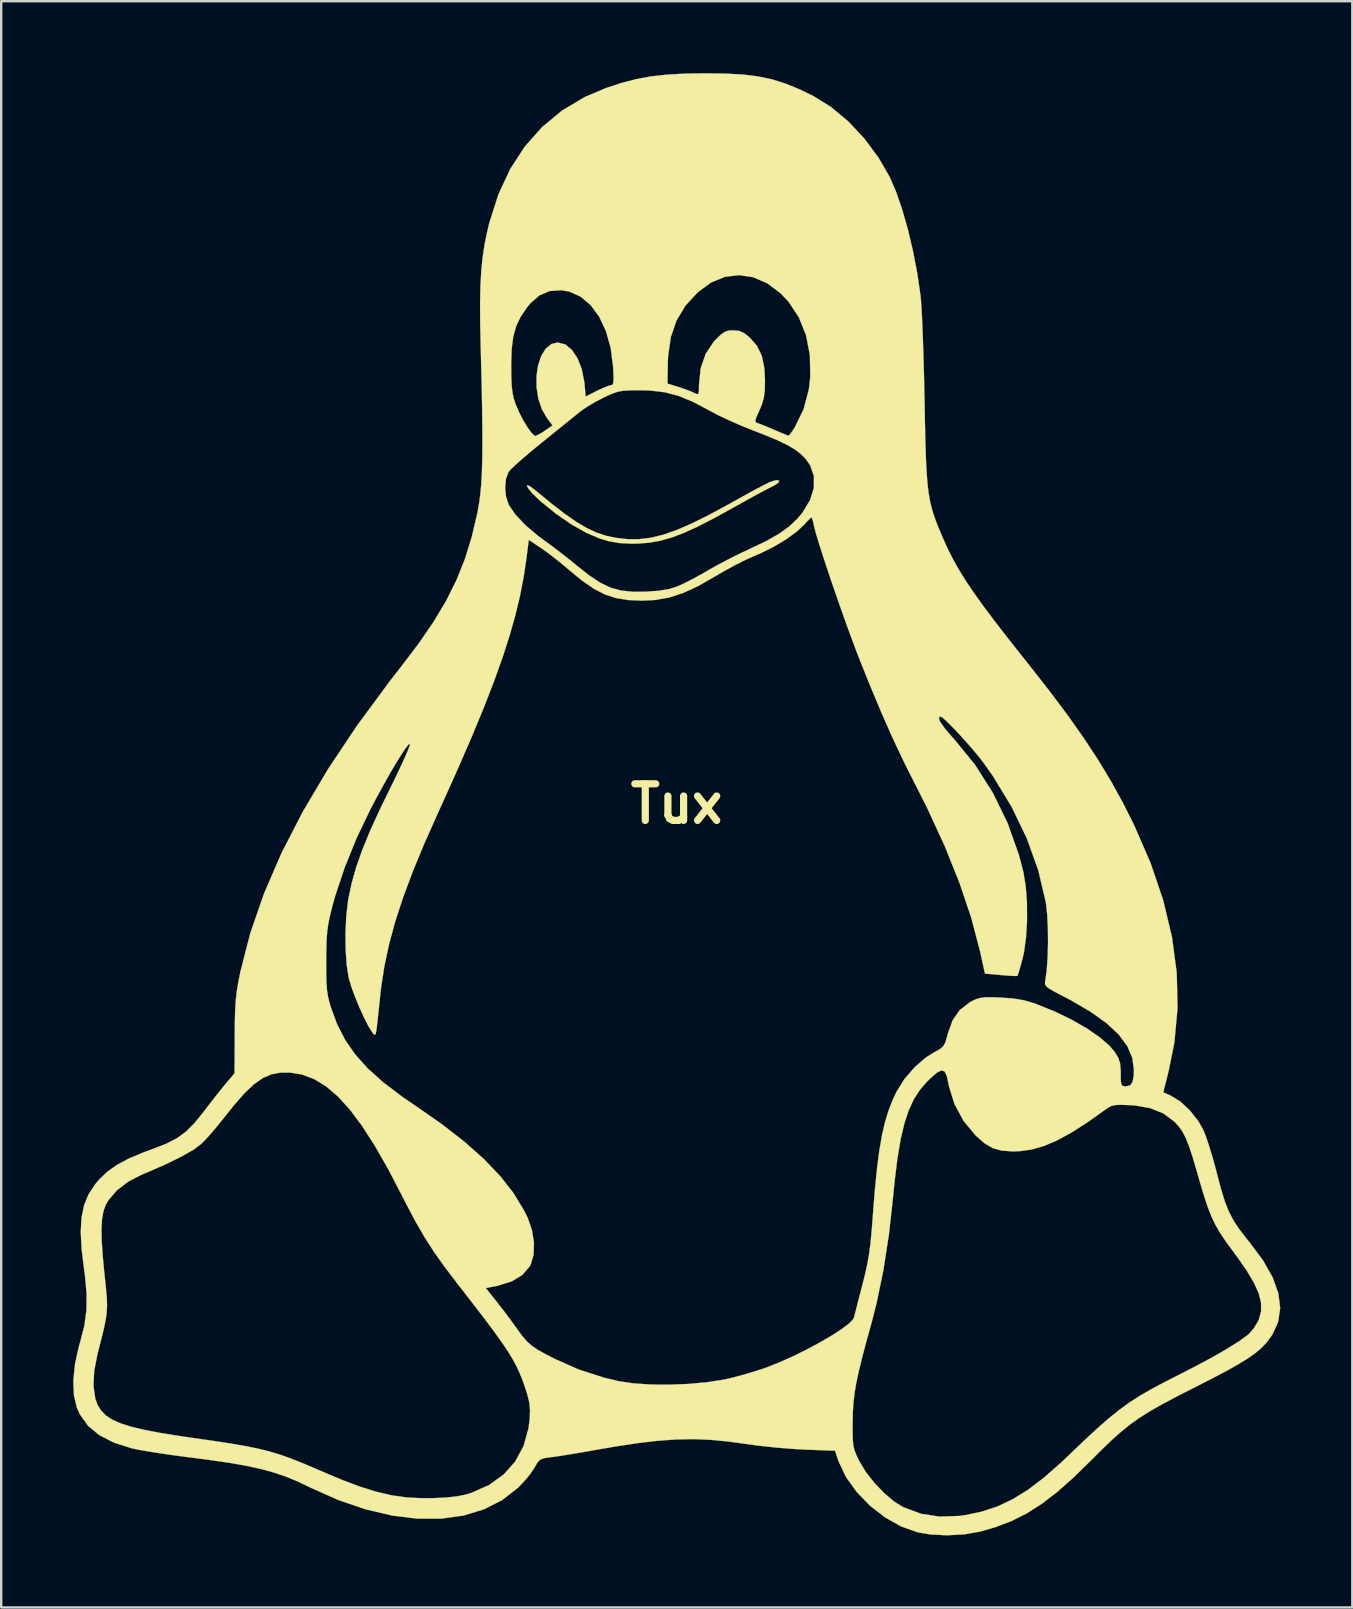
<source format=kicad_pcb>
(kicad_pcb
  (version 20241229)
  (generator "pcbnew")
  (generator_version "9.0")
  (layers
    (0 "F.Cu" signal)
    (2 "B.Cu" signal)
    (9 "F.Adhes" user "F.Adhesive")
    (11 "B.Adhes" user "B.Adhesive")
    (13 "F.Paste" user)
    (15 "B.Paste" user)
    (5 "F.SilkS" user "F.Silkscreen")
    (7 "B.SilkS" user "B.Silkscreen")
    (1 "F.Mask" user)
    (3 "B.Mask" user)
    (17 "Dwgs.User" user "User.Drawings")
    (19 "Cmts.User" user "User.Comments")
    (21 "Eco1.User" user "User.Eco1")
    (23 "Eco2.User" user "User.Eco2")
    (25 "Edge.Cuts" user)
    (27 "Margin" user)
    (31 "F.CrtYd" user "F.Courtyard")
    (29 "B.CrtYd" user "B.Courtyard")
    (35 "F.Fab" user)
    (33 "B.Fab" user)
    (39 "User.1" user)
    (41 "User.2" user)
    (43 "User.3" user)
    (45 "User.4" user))
  (footprint "Tux"
    (layer "F.Cu")
    (at 25.137 30.437)
    (property "Reference" "Tux" (at 0 0 0) (layer "F.SilkS") (effects (font (size 1.524 1.524) (thickness 0.3))))
    (attr through_hole)
    (fp_poly (pts (xy 4.27 -13.468) (xy 4.246 -13.386) (xy 4.07 -13.264) (xy 4.005 -13.233) (xy 3.827 -13.144) (xy 3.532 -12.988) (xy 3.152 -12.782) (xy 2.719 -12.542) (xy 2.34 -12.331) (xy 1.551 -11.897) (xy 0.877 -11.551) (xy 0.294 -11.285) (xy -0.224 -11.09) (xy -0.7 -10.957) (xy -1.159 -10.877) (xy -1.624 -10.843) (xy -1.859 -10.839) (xy -2.374 -10.863) (xy -2.822 -10.94) (xy -3.217 -11.058) (xy -3.778 -11.299) (xy -4.397 -11.652) (xy -5.034 -12.091) (xy -5.649 -12.591) (xy -5.757 -12.688) (xy -6.005 -12.93) (xy -6.166 -13.12) (xy -6.237 -13.24) (xy -6.212 -13.277) (xy -6.087 -13.215) (xy -5.866 -13.045) (xy -5.211 -12.507) (xy -4.652 -12.076) (xy -4.168 -11.74) (xy -3.737 -11.485) (xy -3.338 -11.3) (xy -2.947 -11.171) (xy -2.545 -11.084) (xy -2.534 -11.083) (xy -2.048 -11.027) (xy -1.57 -11.026) (xy -1.08 -11.085) (xy -0.56 -11.212) (xy 0.013 -11.412) (xy 0.656 -11.692) (xy 1.39 -12.058) (xy 2.236 -12.517) (xy 2.498 -12.664) (xy 2.914 -12.895) (xy 3.303 -13.107) (xy 3.631 -13.279) (xy 3.86 -13.393) (xy 3.911 -13.415) (xy 4.154 -13.487) (xy 4.27 -13.468)) (stroke (width 0.01) (type solid)) (fill yes) (layer "F.SilkS"))
    (fp_poly (pts (xy 2.015 -30.422) (xy 2.756 -30.382) (xy 3.402 -30.302) (xy 3.99 -30.177) (xy 4.557 -29.998) (xy 5.138 -29.757) (xy 5.698 -29.485) (xy 6.436 -29.026) (xy 7.152 -28.427) (xy 7.819 -27.715) (xy 8.41 -26.918) (xy 8.873 -26.117) (xy 9.137 -25.509) (xy 9.394 -24.768) (xy 9.634 -23.928) (xy 9.847 -23.025) (xy 10.026 -22.094) (xy 10.159 -21.172) (xy 10.165 -21.124) (xy 10.188 -20.852) (xy 10.213 -20.434) (xy 10.238 -19.894) (xy 10.262 -19.255) (xy 10.285 -18.543) (xy 10.306 -17.779) (xy 10.323 -16.989) (xy 10.327 -16.764) (xy 10.345 -15.817) (xy 10.364 -15.02) (xy 10.386 -14.352) (xy 10.415 -13.794) (xy 10.452 -13.324) (xy 10.501 -12.924) (xy 10.563 -12.574) (xy 10.643 -12.253) (xy 10.742 -11.941) (xy 10.863 -11.618) (xy 11.009 -11.265) (xy 11.086 -11.085) (xy 11.286 -10.641) (xy 11.504 -10.208) (xy 11.75 -9.768) (xy 12.037 -9.305) (xy 12.375 -8.801) (xy 12.776 -8.241) (xy 13.251 -7.607) (xy 13.812 -6.883) (xy 14.47 -6.051) (xy 14.629 -5.852) (xy 15.509 -4.731) (xy 16.281 -3.702) (xy 16.96 -2.741) (xy 17.562 -1.825) (xy 18.102 -0.93) (xy 18.597 -0.032) (xy 19.049 0.867) (xy 19.743 2.463) (xy 20.272 4.025) (xy 20.636 5.554) (xy 20.834 7.049) (xy 20.866 8.513) (xy 20.734 9.946) (xy 20.503 11.096) (xy 20.272 12.014) (xy 20.589 12.157) (xy 20.994 12.409) (xy 21.391 12.781) (xy 21.737 13.226) (xy 21.938 13.582) (xy 22.048 13.856) (xy 22.181 14.251) (xy 22.324 14.72) (xy 22.462 15.22) (xy 22.514 15.424) (xy 22.68 16.054) (xy 22.835 16.558) (xy 22.999 16.974) (xy 23.191 17.345) (xy 23.43 17.708) (xy 23.735 18.106) (xy 23.87 18.27) (xy 24.43 19.022) (xy 24.828 19.727) (xy 25.065 20.386) (xy 25.142 21.002) (xy 25.058 21.578) (xy 24.814 22.116) (xy 24.551 22.469) (xy 24.351 22.674) (xy 24.107 22.879) (xy 23.8 23.097) (xy 23.411 23.337) (xy 22.921 23.613) (xy 22.312 23.934) (xy 21.63 24.282) (xy 20.884 24.661) (xy 20.265 24.989) (xy 19.745 25.283) (xy 19.298 25.563) (xy 18.896 25.848) (xy 18.511 26.157) (xy 18.118 26.509) (xy 17.688 26.923) (xy 17.272 27.34) (xy 16.527 28.068) (xy 15.848 28.669) (xy 15.21 29.159) (xy 14.588 29.555) (xy 13.957 29.872) (xy 13.292 30.126) (xy 12.643 30.314) (xy 11.987 30.43) (xy 11.269 30.47) (xy 10.564 30.434) (xy 10.044 30.346) (xy 9.355 30.102) (xy 8.68 29.722) (xy 8.052 29.234) (xy 7.5 28.664) (xy 7.055 28.04) (xy 6.746 27.39) (xy 6.728 27.338) (xy 6.598 26.947) (xy 5.352 26.9) (xy 4.762 26.866) (xy 4.091 26.809) (xy 3.424 26.737) (xy 2.879 26.663) (xy 2.11 26.558) (xy 1.39 26.491) (xy 0.687 26.463) (xy -0.03 26.477) (xy -0.793 26.532) (xy -1.631 26.631) (xy -2.576 26.775) (xy -3.429 26.922) (xy -3.929 27.011) (xy -4.41 27.092) (xy -4.829 27.159) (xy -5.145 27.205) (xy -5.251 27.218) (xy -5.525 27.257) (xy -5.69 27.321) (xy -5.807 27.45) (xy -5.918 27.644) (xy -6.08 27.89) (xy -6.32 28.185) (xy -6.589 28.469) (xy -6.61 28.489) (xy -7.27 29.004) (xy -8.03 29.39) (xy -8.878 29.647) (xy -9.805 29.776) (xy -10.799 29.776) (xy -11.85 29.647) (xy -12.947 29.39) (xy -14.08 29.005) (xy -15.238 28.491) (xy -15.325 28.448) (xy -15.808 28.218) (xy -16.285 28.022) (xy -16.78 27.854) (xy -17.319 27.706) (xy -17.929 27.574) (xy -18.633 27.451) (xy -19.459 27.33) (xy -20.32 27.219) (xy -20.894 27.144) (xy -21.457 27.063) (xy -21.969 26.983) (xy -22.393 26.909) (xy -22.69 26.847) (xy -22.701 26.844) (xy -23.452 26.605) (xy -24.056 26.294) (xy -24.522 25.905) (xy -24.859 25.431) (xy -24.987 25.147) (xy -25.108 24.635) (xy -25.123 24.245) (xy -24.294 24.245) (xy -24.218 24.775) (xy -24.122 25.036) (xy -23.981 25.267) (xy -23.788 25.467) (xy -23.527 25.643) (xy -23.182 25.8) (xy -22.739 25.942) (xy -22.182 26.076) (xy -21.495 26.207) (xy -20.662 26.34) (xy -20.151 26.414) (xy -19.296 26.537) (xy -18.581 26.646) (xy -17.978 26.75) (xy -17.458 26.855) (xy -16.994 26.969) (xy -16.556 27.099) (xy -16.117 27.252) (xy -15.649 27.436) (xy -15.123 27.658) (xy -14.817 27.791) (xy -13.941 28.16) (xy -13.178 28.447) (xy -12.496 28.659) (xy -11.864 28.805) (xy -11.252 28.891) (xy -10.627 28.925) (xy -10.118 28.921) (xy -9.558 28.893) (xy -9.119 28.843) (xy -8.752 28.765) (xy -8.556 28.705) (xy -7.817 28.376) (xy -7.205 27.938) (xy -6.723 27.394) (xy -6.377 26.751) (xy -6.218 26.184) (xy 7.33 26.184) (xy 7.338 26.503) (xy 7.363 26.739) (xy 7.412 26.935) (xy 7.492 27.137) (xy 7.61 27.382) (xy 7.881 27.833) (xy 8.244 28.294) (xy 8.656 28.722) (xy 9.078 29.076) (xy 9.44 29.298) (xy 10.177 29.571) (xy 10.946 29.691) (xy 11.773 29.663) (xy 12.023 29.628) (xy 12.721 29.481) (xy 13.373 29.265) (xy 14.005 28.966) (xy 14.641 28.571) (xy 15.305 28.065) (xy 16.021 27.434) (xy 16.338 27.134) (xy 16.969 26.53) (xy 17.509 26.029) (xy 17.986 25.61) (xy 18.424 25.256) (xy 18.851 24.946) (xy 19.293 24.66) (xy 19.778 24.38) (xy 20.33 24.086) (xy 20.881 23.807) (xy 21.654 23.41) (xy 22.345 23.037) (xy 22.937 22.696) (xy 23.413 22.397) (xy 23.756 22.152) (xy 23.831 22.089) (xy 24.047 21.843) (xy 24.227 21.542) (xy 24.262 21.463) (xy 24.347 21.131) (xy 24.345 20.781) (xy 24.251 20.397) (xy 24.055 19.958) (xy 23.752 19.448) (xy 23.334 18.847) (xy 23.17 18.627) (xy 22.88 18.231) (xy 22.645 17.882) (xy 22.45 17.549) (xy 22.282 17.197) (xy 22.124 16.795) (xy 21.964 16.311) (xy 21.785 15.711) (xy 21.68 15.344) (xy 21.504 14.744) (xy 21.353 14.283) (xy 21.214 13.93) (xy 21.075 13.658) (xy 20.922 13.44) (xy 20.743 13.246) (xy 20.73 13.234) (xy 20.279 12.898) (xy 19.737 12.677) (xy 19.083 12.563) (xy 18.881 12.55) (xy 18.518 12.537) (xy 18.276 12.546) (xy 18.107 12.586) (xy 17.963 12.663) (xy 17.892 12.713) (xy 17.121 13.26) (xy 16.446 13.693) (xy 15.845 14.021) (xy 15.298 14.253) (xy 14.784 14.4) (xy 14.284 14.469) (xy 14.016 14.478) (xy 13.546 14.447) (xy 13.165 14.34) (xy 12.816 14.132) (xy 12.458 13.817) (xy 11.953 13.207) (xy 11.574 12.506) (xy 11.341 11.752) (xy 11.323 11.654) (xy 11.252 11.331) (xy 11.162 11.147) (xy 11.033 11.102) (xy 10.847 11.194) (xy 10.584 11.421) (xy 10.424 11.578) (xy 10.128 11.92) (xy 9.875 12.315) (xy 9.661 12.781) (xy 9.48 13.336) (xy 9.326 13.996) (xy 9.196 14.781) (xy 9.082 15.706) (xy 9.02 16.341) (xy 8.844 17.932) (xy 8.613 19.424) (xy 8.331 20.792) (xy 8.121 21.612) (xy 7.899 22.416) (xy 7.722 23.084) (xy 7.586 23.643) (xy 7.484 24.119) (xy 7.413 24.538) (xy 7.368 24.926) (xy 7.342 25.309) (xy 7.332 25.714) (xy 7.332 25.74) (xy 7.33 26.184) (xy -6.218 26.184) (xy -6.171 26.014) (xy -6.121 25.612) (xy -6.107 25.263) (xy -6.133 24.963) (xy -6.209 24.639) (xy -6.303 24.342) (xy -6.415 24.022) (xy -6.533 23.726) (xy -6.667 23.436) (xy -6.828 23.136) (xy -7.028 22.809) (xy -7.276 22.439) (xy -7.585 22.007) (xy -7.964 21.499) (xy -8.426 20.896) (xy -8.979 20.183) (xy -9.133 19.986) (xy -9.657 19.298) (xy -10.1 18.674) (xy -10.494 18.061) (xy -10.871 17.41) (xy -11.263 16.671) (xy -11.428 16.345) (xy -12.017 15.213) (xy -12.574 14.239) (xy -13.105 13.414) (xy -13.616 12.731) (xy -14.116 12.184) (xy -14.609 11.764) (xy -15.104 11.463) (xy -15.606 11.276) (xy -16.093 11.195) (xy -16.507 11.195) (xy -16.885 11.267) (xy -17.246 11.425) (xy -17.611 11.682) (xy -18.001 12.051) (xy -18.435 12.547) (xy -18.787 12.988) (xy -19.076 13.352) (xy -19.369 13.699) (xy -19.629 13.988) (xy -19.812 14.172) (xy -20.133 14.409) (xy -20.61 14.683) (xy -21.238 14.992) (xy -22.009 15.332) (xy -22.286 15.447) (xy -22.849 15.738) (xy -23.323 16.104) (xy -23.676 16.517) (xy -23.784 16.707) (xy -23.876 16.959) (xy -23.934 17.277) (xy -23.959 17.68) (xy -23.951 18.189) (xy -23.909 18.822) (xy -23.835 19.599) (xy -23.821 19.727) (xy -23.772 20.195) (xy -23.739 20.566) (xy -23.727 20.878) (xy -23.74 21.166) (xy -23.78 21.468) (xy -23.851 21.82) (xy -23.957 22.258) (xy -24.101 22.818) (xy -24.123 22.902) (xy -24.262 23.614) (xy -24.294 24.245) (xy -25.123 24.245) (xy -25.132 24.017) (xy -25.062 23.324) (xy -24.898 22.588) (xy -24.841 22.394) (xy -24.672 21.737) (xy -24.586 21.089) (xy -24.58 20.401) (xy -24.651 19.623) (xy -24.683 19.393) (xy -24.787 18.546) (xy -24.824 17.833) (xy -24.79 17.23) (xy -24.682 16.714) (xy -24.496 16.262) (xy -24.226 15.851) (xy -24.044 15.635) (xy -23.709 15.317) (xy -23.311 15.036) (xy -22.822 14.775) (xy -22.21 14.519) (xy -21.848 14.386) (xy -21.276 14.164) (xy -20.822 13.932) (xy -20.442 13.655) (xy -20.085 13.299) (xy -19.705 12.829) (xy -19.704 12.827) (xy -19.427 12.465) (xy -19.144 12.103) (xy -18.895 11.792) (xy -18.772 11.644) (xy -18.415 11.222) (xy -18.409 9.654) (xy -18.404 9.051) (xy -18.39 8.573) (xy -18.365 8.174) (xy -18.323 7.81) (xy -18.262 7.437) (xy -18.176 7.008) (xy -18.173 6.993) (xy -18.051 6.519) (xy -14.598 6.519) (xy -14.598 7.049) (xy -14.588 7.449) (xy -14.565 7.76) (xy -14.525 8.023) (xy -14.463 8.276) (xy -14.407 8.467) (xy -14.142 9.183) (xy -13.808 9.835) (xy -13.388 10.442) (xy -12.865 11.024) (xy -12.222 11.601) (xy -11.443 12.192) (xy -10.922 12.549) (xy -9.805 13.326) (xy -8.843 14.072) (xy -8.027 14.797) (xy -7.346 15.51) (xy -6.793 16.22) (xy -6.357 16.937) (xy -6.201 17.253) (xy -6.025 17.763) (xy -5.943 18.285) (xy -5.959 18.773) (xy -6.074 19.181) (xy -6.115 19.26) (xy -6.421 19.618) (xy -6.866 19.89) (xy -7.443 20.07) (xy -7.467 20.075) (xy -7.95 20.171) (xy -7.502 20.732) (xy -7.221 21.094) (xy -6.916 21.501) (xy -6.653 21.864) (xy -6.435 22.164) (xy -6.239 22.392) (xy -6.028 22.579) (xy -5.765 22.755) (xy -5.411 22.95) (xy -5.095 23.112) (xy -4.072 23.566) (xy -3.023 23.904) (xy -2.413 24.049) (xy -1.812 24.139) (xy -1.096 24.188) (xy -0.313 24.196) (xy 0.488 24.164) (xy 1.26 24.094) (xy 1.954 23.987) (xy 2.201 23.934) (xy 2.667 23.813) (xy 3.163 23.669) (xy 3.611 23.526) (xy 3.779 23.466) (xy 4.313 23.252) (xy 4.867 23.003) (xy 5.418 22.731) (xy 5.944 22.449) (xy 6.422 22.172) (xy 6.829 21.911) (xy 7.141 21.681) (xy 7.336 21.494) (xy 7.389 21.397) (xy 7.426 21.25) (xy 7.496 20.974) (xy 7.591 20.604) (xy 7.702 20.177) (xy 7.742 20.024) (xy 7.858 19.563) (xy 7.947 19.151) (xy 8.018 18.745) (xy 8.075 18.302) (xy 8.125 17.777) (xy 8.176 17.128) (xy 8.177 17.103) (xy 8.258 16.081) (xy 8.345 15.207) (xy 8.441 14.46) (xy 8.551 13.82) (xy 8.679 13.264) (xy 8.829 12.771) (xy 9.005 12.321) (xy 9.162 11.988) (xy 9.488 11.466) (xy 9.908 10.977) (xy 10.375 10.572) (xy 10.707 10.362) (xy 10.951 10.227) (xy 11.099 10.106) (xy 11.191 9.946) (xy 11.267 9.693) (xy 11.297 9.572) (xy 11.497 9.016) (xy 11.796 8.587) (xy 12.209 8.268) (xy 12.282 8.227) (xy 12.473 8.136) (xy 12.655 8.082) (xy 12.873 8.057) (xy 13.176 8.056) (xy 13.504 8.069) (xy 14.032 8.108) (xy 14.468 8.182) (xy 14.886 8.304) (xy 14.986 8.34) (xy 15.742 8.646) (xy 16.45 8.988) (xy 17.084 9.351) (xy 17.62 9.721) (xy 18.035 10.08) (xy 18.25 10.335) (xy 18.396 10.574) (xy 18.471 10.799) (xy 18.498 11.087) (xy 18.5 11.232) (xy 18.503 11.523) (xy 18.525 11.683) (xy 18.581 11.752) (xy 18.687 11.768) (xy 18.723 11.768) (xy 18.89 11.727) (xy 18.992 11.587) (xy 19.041 11.321) (xy 19.049 11.081) (xy 18.982 10.578) (xy 18.773 10.09) (xy 18.418 9.611) (xy 17.911 9.137) (xy 17.247 8.661) (xy 16.421 8.179) (xy 16.155 8.039) (xy 15.789 7.849) (xy 15.549 7.715) (xy 15.411 7.615) (xy 15.351 7.528) (xy 15.344 7.431) (xy 15.361 7.337) (xy 15.418 6.919) (xy 15.455 6.386) (xy 15.471 5.792) (xy 15.465 5.188) (xy 15.438 4.628) (xy 15.389 4.166) (xy 15.378 4.095) (xy 15.065 2.768) (xy 14.589 1.441) (xy 13.958 0.128) (xy 13.177 -1.157) (xy 12.799 -1.693) (xy 12.582 -1.973) (xy 12.315 -2.293) (xy 12.022 -2.628) (xy 11.726 -2.952) (xy 11.45 -3.24) (xy 11.219 -3.467) (xy 11.056 -3.607) (xy 10.992 -3.641) (xy 10.916 -3.587) (xy 10.971 -3.428) (xy 11.154 -3.164) (xy 11.466 -2.798) (xy 11.566 -2.689) (xy 12.431 -1.627) (xy 13.175 -0.456) (xy 13.788 0.803) (xy 14.259 2.13) (xy 14.444 2.836) (xy 14.542 3.431) (xy 14.593 4.119) (xy 14.597 4.845) (xy 14.556 5.551) (xy 14.47 6.181) (xy 14.404 6.47) (xy 14.318 6.782) (xy 14.247 7.024) (xy 14.204 7.154) (xy 14.198 7.166) (xy 14.108 7.171) (xy 13.892 7.161) (xy 13.591 7.138) (xy 13.508 7.131) (xy 12.844 7.07) (xy 12.638 6.138) (xy 12.277 4.761) (xy 11.785 3.296) (xy 11.169 1.76) (xy 10.433 0.165) (xy 9.986 -0.72) (xy 9.501 -1.68) (xy 9.026 -2.683) (xy 8.548 -3.76) (xy 8.052 -4.944) (xy 7.64 -5.969) (xy 7.44 -6.486) (xy 7.22 -7.079) (xy 6.987 -7.722) (xy 6.751 -8.39) (xy 6.52 -9.059) (xy 6.301 -9.704) (xy 6.105 -10.299) (xy 5.938 -10.821) (xy 5.811 -11.243) (xy 5.73 -11.542) (xy 5.713 -11.62) (xy 5.667 -11.824) (xy 5.626 -11.932) (xy 5.618 -11.938) (xy 5.547 -11.88) (xy 5.405 -11.734) (xy 5.324 -11.643) (xy 4.998 -11.339) (xy 4.554 -11.017) (xy 4.034 -10.706) (xy 3.483 -10.432) (xy 3.245 -10.332) (xy 2.893 -10.176) (xy 2.456 -9.957) (xy 1.993 -9.706) (xy 1.594 -9.473) (xy 0.889 -9.07) (xy 0.26 -8.781) (xy -0.327 -8.592) (xy -0.912 -8.492) (xy -1.435 -8.467) (xy -2.014 -8.49) (xy -2.52 -8.571) (xy -2.988 -8.723) (xy -3.45 -8.963) (xy -3.944 -9.304) (xy -4.502 -9.762) (xy -4.572 -9.823) (xy -4.911 -10.105) (xy -5.286 -10.397) (xy -5.619 -10.637) (xy -5.641 -10.651) (xy -6.16 -10.999) (xy -6.258 -10.219) (xy -6.373 -9.447) (xy -6.526 -8.66) (xy -6.722 -7.845) (xy -6.965 -6.987) (xy -7.261 -6.072) (xy -7.615 -5.086) (xy -8.031 -4.014) (xy -8.515 -2.842) (xy -9.072 -1.557) (xy -9.706 -0.143) (xy -9.919 0.325) (xy -10.497 1.622) (xy -10.986 2.802) (xy -11.391 3.885) (xy -11.72 4.892) (xy -11.979 5.845) (xy -12.175 6.764) (xy -12.314 7.672) (xy -12.365 8.128) (xy -12.407 8.549) (xy -12.448 8.936) (xy -12.483 9.242) (xy -12.503 9.397) (xy -12.537 9.586) (xy -12.579 9.629) (xy -12.658 9.547) (xy -12.675 9.524) (xy -12.832 9.276) (xy -13.018 8.914) (xy -13.213 8.484) (xy -13.399 8.033) (xy -13.554 7.608) (xy -13.658 7.256) (xy -13.665 7.222) (xy -13.745 6.708) (xy -13.788 6.084) (xy -13.795 5.405) (xy -13.765 4.726) (xy -13.698 4.103) (xy -13.675 3.956) (xy -13.536 3.3) (xy -13.343 2.619) (xy -13.085 1.89) (xy -12.754 1.087) (xy -12.341 0.186) (xy -12.014 -0.482) (xy -11.757 -1.005) (xy -11.529 -1.484) (xy -11.34 -1.895) (xy -11.2 -2.216) (xy -11.12 -2.425) (xy -11.105 -2.495) (xy -11.156 -2.485) (xy -11.273 -2.342) (xy -11.447 -2.086) (xy -11.667 -1.734) (xy -11.921 -1.305) (xy -12.198 -0.816) (xy -12.487 -0.287) (xy -12.74 0.193) (xy -13.327 1.416) (xy -13.828 2.649) (xy -14.226 3.843) (xy -14.33 4.217) (xy -14.434 4.626) (xy -14.506 4.967) (xy -14.553 5.289) (xy -14.58 5.641) (xy -14.594 6.073) (xy -14.598 6.519) (xy -18.051 6.519) (xy -17.76 5.383) (xy -17.189 3.736) (xy -16.46 2.05) (xy -15.572 0.324) (xy -14.524 -1.445) (xy -13.316 -3.257) (xy -11.946 -5.115) (xy -11.51 -5.673) (xy -10.755 -6.666) (xy -10.122 -7.588) (xy -9.597 -8.466) (xy -9.167 -9.331) (xy -8.817 -10.209) (xy -8.533 -11.13) (xy -8.301 -12.122) (xy -8.283 -12.213) (xy -8.225 -12.544) (xy -8.178 -12.905) (xy -8.153 -13.176) (xy -7.144 -13.176) (xy -7.106 -12.792) (xy -6.996 -12.461) (xy -6.994 -12.457) (xy -6.712 -12.046) (xy -6.294 -11.603) (xy -5.76 -11.153) (xy -5.499 -10.961) (xy -5.124 -10.687) (xy -4.698 -10.36) (xy -4.294 -10.038) (xy -4.181 -9.944) (xy -3.649 -9.522) (xy -3.187 -9.215) (xy -2.756 -9.008) (xy -2.316 -8.887) (xy -1.829 -8.835) (xy -1.312 -8.837) (xy -0.742 -8.877) (xy -0.293 -8.955) (xy 0.003 -9.048) (xy 0.279 -9.17) (xy 0.643 -9.353) (xy 1.037 -9.568) (xy 1.273 -9.706) (xy 1.691 -9.942) (xy 2.194 -10.207) (xy 2.711 -10.464) (xy 3.071 -10.632) (xy 3.739 -10.951) (xy 4.269 -11.253) (xy 4.692 -11.557) (xy 5.035 -11.883) (xy 5.248 -12.14) (xy 5.56 -12.659) (xy 5.717 -13.169) (xy 5.718 -13.656) (xy 5.562 -14.105) (xy 5.382 -14.364) (xy 5.18 -14.57) (xy 4.931 -14.761) (xy 4.612 -14.949) (xy 4.198 -15.148) (xy 3.664 -15.371) (xy 3.171 -15.562) (xy 2.683 -15.758) (xy 2.171 -15.984) (xy 1.698 -16.209) (xy 1.336 -16.401) (xy 0.675 -16.752) (xy 0.082 -16.995) (xy -0.493 -17.146) (xy -1.099 -17.218) (xy -1.524 -17.23) (xy -1.933 -17.226) (xy -2.227 -17.209) (xy -2.461 -17.167) (xy -2.689 -17.088) (xy -2.965 -16.963) (xy -3.048 -16.923) (xy -3.402 -16.738) (xy -3.746 -16.532) (xy -4.012 -16.348) (xy -4.033 -16.331) (xy -4.213 -16.184) (xy -4.496 -15.955) (xy -4.854 -15.667) (xy -5.256 -15.342) (xy -5.619 -15.049) (xy -6.021 -14.72) (xy -6.384 -14.412) (xy -6.685 -14.146) (xy -6.9 -13.943) (xy -7.001 -13.83) (xy -7.109 -13.545) (xy -7.144 -13.176) (xy -8.153 -13.176) (xy -8.141 -13.312) (xy -8.114 -13.779) (xy -8.098 -14.322) (xy -8.091 -14.955) (xy -8.093 -15.694) (xy -8.104 -16.553) (xy -8.124 -17.547) (xy -8.142 -18.246) (xy -6.892 -18.246) (xy -6.887 -17.752) (xy -6.869 -17.385) (xy -6.833 -17.099) (xy -6.775 -16.852) (xy -6.703 -16.637) (xy -6.57 -16.326) (xy -6.404 -16.004) (xy -6.227 -15.708) (xy -6.062 -15.475) (xy -5.932 -15.342) (xy -5.889 -15.325) (xy -5.776 -15.37) (xy -5.584 -15.482) (xy -5.49 -15.546) (xy -5.171 -15.767) (xy -5.386 -16.05) (xy -5.613 -16.438) (xy -5.762 -16.881) (xy -5.835 -17.352) (xy -5.837 -17.824) (xy -5.772 -18.268) (xy -5.643 -18.657) (xy -5.454 -18.964) (xy -5.209 -19.16) (xy -4.951 -19.219) (xy -4.642 -19.139) (xy -4.364 -18.912) (xy -4.128 -18.56) (xy -3.951 -18.106) (xy -3.846 -17.573) (xy -3.839 -17.504) (xy -3.789 -16.97) (xy -3.322 -17.206) (xy -3.054 -17.331) (xy -2.833 -17.417) (xy -2.727 -17.441) (xy -2.668 -17.465) (xy -2.652 -17.509) (xy -0.381 -17.509) (xy 0.085 -17.363) (xy 0.379 -17.264) (xy 0.633 -17.165) (xy 0.741 -17.115) (xy 0.852 -17.064) (xy 0.908 -17.089) (xy 0.929 -17.222) (xy 0.931 -17.454) (xy 1.001 -18.142) (xy 1.209 -18.747) (xy 1.548 -19.255) (xy 1.609 -19.321) (xy 1.838 -19.545) (xy 2.013 -19.668) (xy 2.186 -19.719) (xy 2.355 -19.727) (xy 2.61 -19.701) (xy 2.826 -19.601) (xy 3.043 -19.426) (xy 3.345 -19.08) (xy 3.545 -18.67) (xy 3.653 -18.164) (xy 3.681 -17.611) (xy 3.669 -17.206) (xy 3.629 -16.902) (xy 3.548 -16.629) (xy 3.449 -16.396) (xy 3.329 -16.127) (xy 3.279 -15.973) (xy 3.294 -15.896) (xy 3.366 -15.862) (xy 3.516 -15.809) (xy 3.765 -15.709) (xy 4.062 -15.583) (xy 4.064 -15.582) (xy 4.341 -15.462) (xy 4.552 -15.374) (xy 4.655 -15.334) (xy 4.657 -15.333) (xy 4.721 -15.394) (xy 4.84 -15.558) (xy 4.922 -15.685) (xy 5.29 -16.44) (xy 5.509 -17.274) (xy 5.567 -17.798) (xy 5.55 -18.695) (xy 5.391 -19.522) (xy 5.093 -20.267) (xy 4.66 -20.919) (xy 4.326 -21.273) (xy 3.773 -21.686) (xy 3.192 -21.938) (xy 2.598 -22.027) (xy 2.006 -21.952) (xy 1.429 -21.715) (xy 0.883 -21.316) (xy 0.37 -20.758) (xy -0.002 -20.143) (xy -0.241 -19.45) (xy -0.355 -18.658) (xy -0.368 -18.343) (xy -0.381 -17.509) (xy -2.652 -17.509) (xy -2.636 -17.556) (xy -2.627 -17.744) (xy -2.639 -18.058) (xy -2.649 -18.224) (xy -2.75 -19.003) (xy -2.946 -19.696) (xy -3.225 -20.291) (xy -3.579 -20.773) (xy -3.998 -21.128) (xy -4.472 -21.341) (xy -4.812 -21.398) (xy -5.292 -21.363) (xy -5.712 -21.185) (xy -6.092 -20.854) (xy -6.233 -20.682) (xy -6.498 -20.292) (xy -6.685 -19.901) (xy -6.806 -19.468) (xy -6.872 -18.954) (xy -6.892 -18.317) (xy -6.892 -18.246) (xy -8.142 -18.246) (xy -8.153 -18.691) (xy -8.162 -19.008) (xy -8.183 -19.99) (xy -8.188 -20.83) (xy -8.174 -21.555) (xy -8.139 -22.191) (xy -8.082 -22.765) (xy -8 -23.305) (xy -7.892 -23.836) (xy -7.799 -24.218) (xy -7.424 -25.392) (xy -6.931 -26.448) (xy -6.322 -27.385) (xy -5.599 -28.199) (xy -4.765 -28.888) (xy -3.823 -29.448) (xy -2.948 -29.818) (xy -2.296 -30.032) (xy -1.681 -30.192) (xy -1.061 -30.306) (xy -0.393 -30.38) (xy 0.364 -30.42) (xy 1.143 -30.432) (xy 2.015 -30.422)) (stroke (width 0.01) (type solid)) (fill yes) (layer "F.SilkS")))
  (gr_rect
    (start -3 -3)
    (end 53.284 63.913)
    (stroke (width 0.1) (type default))
    (fill no)
    (layer "Edge.Cuts")))
</source>
